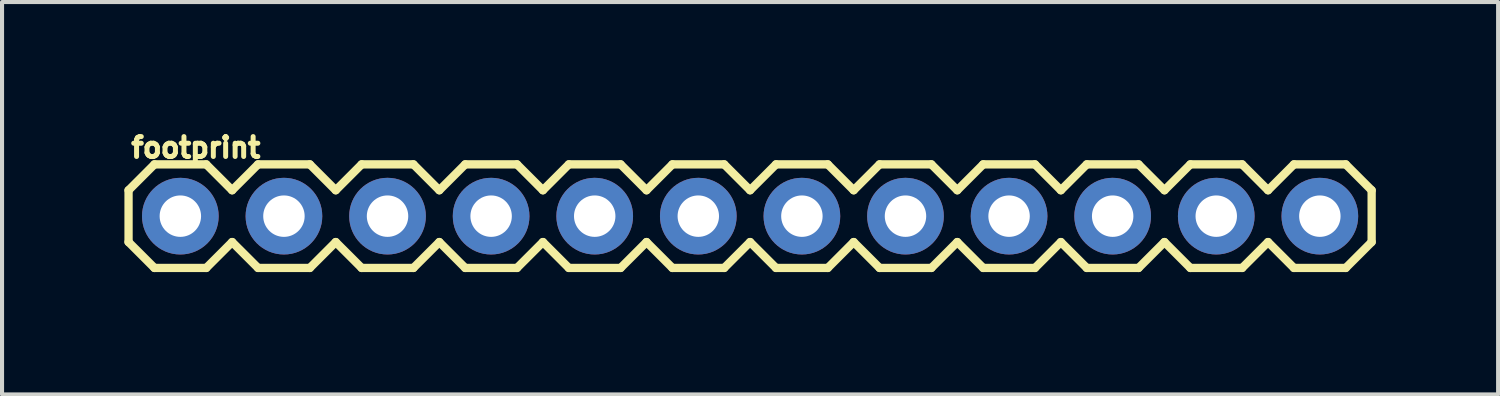
<source format=kicad_pcb>
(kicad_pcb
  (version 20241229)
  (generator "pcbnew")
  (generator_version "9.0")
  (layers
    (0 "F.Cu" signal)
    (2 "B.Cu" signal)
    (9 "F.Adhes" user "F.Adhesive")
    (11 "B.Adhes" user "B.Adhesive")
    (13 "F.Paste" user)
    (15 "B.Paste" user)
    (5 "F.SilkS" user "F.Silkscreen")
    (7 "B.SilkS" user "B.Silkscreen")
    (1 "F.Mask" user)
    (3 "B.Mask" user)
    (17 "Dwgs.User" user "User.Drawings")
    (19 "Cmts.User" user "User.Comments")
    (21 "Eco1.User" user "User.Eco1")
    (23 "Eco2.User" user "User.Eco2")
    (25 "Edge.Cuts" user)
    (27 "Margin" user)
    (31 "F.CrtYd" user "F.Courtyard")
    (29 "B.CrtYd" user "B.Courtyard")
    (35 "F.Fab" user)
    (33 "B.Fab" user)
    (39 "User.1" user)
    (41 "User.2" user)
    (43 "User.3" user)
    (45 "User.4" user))
  (footprint "footprint"
    (layer "F.Cu")
    (at 1.372 2.25)
    (property "Reference" "footprint" (at -1.27 -1.397 0) (layer "F.SilkS") (effects (font (size 0.488 0.488) (thickness 0.122)) (justify left bottom)))
    (fp_line (start -1.27 -0.635) (end -1.27 0.635) (stroke (width 0.203) (type solid)) (layer "F.SilkS"))
    (fp_line (start -1.27 0.635) (end -0.635 1.27) (stroke (width 0.203) (type solid)) (layer "F.SilkS"))
    (fp_line (start -0.635 -1.27) (end -1.27 -0.635) (stroke (width 0.203) (type solid)) (layer "F.SilkS"))
    (fp_line (start -0.635 -1.27) (end 0.635 -1.27) (stroke (width 0.203) (type solid)) (layer "F.SilkS"))
    (fp_line (start 0.635 -1.27) (end 1.27 -0.635) (stroke (width 0.203) (type solid)) (layer "F.SilkS"))
    (fp_line (start 0.635 1.27) (end -0.635 1.27) (stroke (width 0.203) (type solid)) (layer "F.SilkS"))
    (fp_line (start 1.27 -0.635) (end 1.905 -1.27) (stroke (width 0.203) (type solid)) (layer "F.SilkS"))
    (fp_line (start 1.27 0.635) (end 0.635 1.27) (stroke (width 0.203) (type solid)) (layer "F.SilkS"))
    (fp_line (start 1.905 -1.27) (end 3.175 -1.27) (stroke (width 0.203) (type solid)) (layer "F.SilkS"))
    (fp_line (start 1.905 1.27) (end 1.27 0.635) (stroke (width 0.203) (type solid)) (layer "F.SilkS"))
    (fp_line (start 3.175 -1.27) (end 3.81 -0.635) (stroke (width 0.203) (type solid)) (layer "F.SilkS"))
    (fp_line (start 3.175 1.27) (end 1.905 1.27) (stroke (width 0.203) (type solid)) (layer "F.SilkS"))
    (fp_line (start 3.81 -0.635) (end 4.445 -1.27) (stroke (width 0.203) (type solid)) (layer "F.SilkS"))
    (fp_line (start 3.81 0.635) (end 3.175 1.27) (stroke (width 0.203) (type solid)) (layer "F.SilkS"))
    (fp_line (start 4.445 -1.27) (end 5.715 -1.27) (stroke (width 0.203) (type solid)) (layer "F.SilkS"))
    (fp_line (start 4.445 1.27) (end 3.81 0.635) (stroke (width 0.203) (type solid)) (layer "F.SilkS"))
    (fp_line (start 5.715 -1.27) (end 6.35 -0.635) (stroke (width 0.203) (type solid)) (layer "F.SilkS"))
    (fp_line (start 5.715 1.27) (end 4.445 1.27) (stroke (width 0.203) (type solid)) (layer "F.SilkS"))
    (fp_line (start 6.35 0.635) (end 5.715 1.27) (stroke (width 0.203) (type solid)) (layer "F.SilkS"))
    (fp_line (start 6.35 0.635) (end 6.985 1.27) (stroke (width 0.203) (type solid)) (layer "F.SilkS"))
    (fp_line (start 6.985 -1.27) (end 6.35 -0.635) (stroke (width 0.203) (type solid)) (layer "F.SilkS"))
    (fp_line (start 6.985 -1.27) (end 8.255 -1.27) (stroke (width 0.203) (type solid)) (layer "F.SilkS"))
    (fp_line (start 8.255 -1.27) (end 8.89 -0.635) (stroke (width 0.203) (type solid)) (layer "F.SilkS"))
    (fp_line (start 8.255 1.27) (end 6.985 1.27) (stroke (width 0.203) (type solid)) (layer "F.SilkS"))
    (fp_line (start 8.89 -0.635) (end 9.525 -1.27) (stroke (width 0.203) (type solid)) (layer "F.SilkS"))
    (fp_line (start 8.89 0.635) (end 8.255 1.27) (stroke (width 0.203) (type solid)) (layer "F.SilkS"))
    (fp_line (start 9.525 -1.27) (end 10.795 -1.27) (stroke (width 0.203) (type solid)) (layer "F.SilkS"))
    (fp_line (start 9.525 1.27) (end 8.89 0.635) (stroke (width 0.203) (type solid)) (layer "F.SilkS"))
    (fp_line (start 10.795 -1.27) (end 11.43 -0.635) (stroke (width 0.203) (type solid)) (layer "F.SilkS"))
    (fp_line (start 10.795 1.27) (end 9.525 1.27) (stroke (width 0.203) (type solid)) (layer "F.SilkS"))
    (fp_line (start 11.43 -0.635) (end 12.065 -1.27) (stroke (width 0.203) (type solid)) (layer "F.SilkS"))
    (fp_line (start 11.43 0.635) (end 10.795 1.27) (stroke (width 0.203) (type solid)) (layer "F.SilkS"))
    (fp_line (start 12.065 -1.27) (end 13.335 -1.27) (stroke (width 0.203) (type solid)) (layer "F.SilkS"))
    (fp_line (start 12.065 1.27) (end 11.43 0.635) (stroke (width 0.203) (type solid)) (layer "F.SilkS"))
    (fp_line (start 13.335 -1.27) (end 13.97 -0.635) (stroke (width 0.203) (type solid)) (layer "F.SilkS"))
    (fp_line (start 13.335 1.27) (end 12.065 1.27) (stroke (width 0.203) (type solid)) (layer "F.SilkS"))
    (fp_line (start 13.97 0.635) (end 13.335 1.27) (stroke (width 0.203) (type solid)) (layer "F.SilkS"))
    (fp_line (start 13.97 0.635) (end 14.605 1.27) (stroke (width 0.203) (type solid)) (layer "F.SilkS"))
    (fp_line (start 14.605 -1.27) (end 13.97 -0.635) (stroke (width 0.203) (type solid)) (layer "F.SilkS"))
    (fp_line (start 14.605 -1.27) (end 15.875 -1.27) (stroke (width 0.203) (type solid)) (layer "F.SilkS"))
    (fp_line (start 15.875 -1.27) (end 16.51 -0.635) (stroke (width 0.203) (type solid)) (layer "F.SilkS"))
    (fp_line (start 15.875 1.27) (end 14.605 1.27) (stroke (width 0.203) (type solid)) (layer "F.SilkS"))
    (fp_line (start 16.51 0.635) (end 15.875 1.27) (stroke (width 0.203) (type solid)) (layer "F.SilkS"))
    (fp_line (start 16.51 0.635) (end 17.145 1.27) (stroke (width 0.203) (type solid)) (layer "F.SilkS"))
    (fp_line (start 17.145 -1.27) (end 16.51 -0.635) (stroke (width 0.203) (type solid)) (layer "F.SilkS"))
    (fp_line (start 17.145 -1.27) (end 18.415 -1.27) (stroke (width 0.203) (type solid)) (layer "F.SilkS"))
    (fp_line (start 18.415 -1.27) (end 19.05 -0.635) (stroke (width 0.203) (type solid)) (layer "F.SilkS"))
    (fp_line (start 18.415 1.27) (end 17.145 1.27) (stroke (width 0.203) (type solid)) (layer "F.SilkS"))
    (fp_line (start 19.05 0.635) (end 18.415 1.27) (stroke (width 0.203) (type solid)) (layer "F.SilkS"))
    (fp_line (start 19.05 0.635) (end 19.685 1.27) (stroke (width 0.203) (type solid)) (layer "F.SilkS"))
    (fp_line (start 19.685 -1.27) (end 19.05 -0.635) (stroke (width 0.203) (type solid)) (layer "F.SilkS"))
    (fp_line (start 19.685 -1.27) (end 20.955 -1.27) (stroke (width 0.203) (type solid)) (layer "F.SilkS"))
    (fp_line (start 20.955 -1.27) (end 21.59 -0.635) (stroke (width 0.203) (type solid)) (layer "F.SilkS"))
    (fp_line (start 20.955 1.27) (end 19.685 1.27) (stroke (width 0.203) (type solid)) (layer "F.SilkS"))
    (fp_line (start 21.59 0.635) (end 20.955 1.27) (stroke (width 0.203) (type solid)) (layer "F.SilkS"))
    (fp_line (start 21.59 0.635) (end 22.225 1.27) (stroke (width 0.203) (type solid)) (layer "F.SilkS"))
    (fp_line (start 22.225 -1.27) (end 21.59 -0.635) (stroke (width 0.203) (type solid)) (layer "F.SilkS"))
    (fp_line (start 22.225 -1.27) (end 23.495 -1.27) (stroke (width 0.203) (type solid)) (layer "F.SilkS"))
    (fp_line (start 23.495 -1.27) (end 24.13 -0.635) (stroke (width 0.203) (type solid)) (layer "F.SilkS"))
    (fp_line (start 23.495 1.27) (end 22.225 1.27) (stroke (width 0.203) (type solid)) (layer "F.SilkS"))
    (fp_line (start 24.13 0.635) (end 23.495 1.27) (stroke (width 0.203) (type solid)) (layer "F.SilkS"))
    (fp_line (start 24.13 0.635) (end 24.765 1.27) (stroke (width 0.203) (type solid)) (layer "F.SilkS"))
    (fp_line (start 24.765 -1.27) (end 24.13 -0.635) (stroke (width 0.203) (type solid)) (layer "F.SilkS"))
    (fp_line (start 24.765 -1.27) (end 26.035 -1.27) (stroke (width 0.203) (type solid)) (layer "F.SilkS"))
    (fp_line (start 26.035 -1.27) (end 26.67 -0.635) (stroke (width 0.203) (type solid)) (layer "F.SilkS"))
    (fp_line (start 26.035 1.27) (end 24.765 1.27) (stroke (width 0.203) (type solid)) (layer "F.SilkS"))
    (fp_line (start 26.67 0.635) (end 26.035 1.27) (stroke (width 0.203) (type solid)) (layer "F.SilkS"))
    (fp_line (start 26.67 0.635) (end 27.305 1.27) (stroke (width 0.203) (type solid)) (layer "F.SilkS"))
    (fp_line (start 27.305 -1.27) (end 26.67 -0.635) (stroke (width 0.203) (type solid)) (layer "F.SilkS"))
    (fp_line (start 27.305 -1.27) (end 28.575 -1.27) (stroke (width 0.203) (type solid)) (layer "F.SilkS"))
    (fp_line (start 28.575 -1.27) (end 29.21 -0.635) (stroke (width 0.203) (type solid)) (layer "F.SilkS"))
    (fp_line (start 28.575 1.27) (end 27.305 1.27) (stroke (width 0.203) (type solid)) (layer "F.SilkS"))
    (fp_line (start 29.21 -0.635) (end 29.21 0.635) (stroke (width 0.203) (type solid)) (layer "F.SilkS"))
    (fp_line (start 29.21 0.635) (end 28.575 1.27) (stroke (width 0.203) (type solid)) (layer "F.SilkS"))
    (fp_poly (pts (xy -0.254 0.254) (xy 0.254 0.254) (xy 0.254 -0.254) (xy -0.254 -0.254)) (stroke (width 0.1) (type solid)) (fill no) (layer "F.Fab"))
    (fp_poly (pts (xy 2.286 0.254) (xy 2.794 0.254) (xy 2.794 -0.254) (xy 2.286 -0.254)) (stroke (width 0.1) (type solid)) (fill no) (layer "F.Fab"))
    (fp_poly (pts (xy 4.826 0.254) (xy 5.334 0.254) (xy 5.334 -0.254) (xy 4.826 -0.254)) (stroke (width 0.1) (type solid)) (fill no) (layer "F.Fab"))
    (fp_poly (pts (xy 7.366 0.254) (xy 7.874 0.254) (xy 7.874 -0.254) (xy 7.366 -0.254)) (stroke (width 0.1) (type solid)) (fill no) (layer "F.Fab"))
    (fp_poly (pts (xy 9.906 0.254) (xy 10.414 0.254) (xy 10.414 -0.254) (xy 9.906 -0.254)) (stroke (width 0.1) (type solid)) (fill no) (layer "F.Fab"))
    (fp_poly (pts (xy 12.446 0.254) (xy 12.954 0.254) (xy 12.954 -0.254) (xy 12.446 -0.254)) (stroke (width 0.1) (type solid)) (fill no) (layer "F.Fab"))
    (fp_poly (pts (xy 14.986 0.254) (xy 15.494 0.254) (xy 15.494 -0.254) (xy 14.986 -0.254)) (stroke (width 0.1) (type solid)) (fill no) (layer "F.Fab"))
    (fp_poly (pts (xy 17.526 0.254) (xy 18.034 0.254) (xy 18.034 -0.254) (xy 17.526 -0.254)) (stroke (width 0.1) (type solid)) (fill no) (layer "F.Fab"))
    (fp_poly (pts (xy 20.066 0.254) (xy 20.574 0.254) (xy 20.574 -0.254) (xy 20.066 -0.254)) (stroke (width 0.1) (type solid)) (fill no) (layer "F.Fab"))
    (fp_poly (pts (xy 22.606 0.254) (xy 23.114 0.254) (xy 23.114 -0.254) (xy 22.606 -0.254)) (stroke (width 0.1) (type solid)) (fill no) (layer "F.Fab"))
    (fp_poly (pts (xy 25.146 0.254) (xy 25.654 0.254) (xy 25.654 -0.254) (xy 25.146 -0.254)) (stroke (width 0.1) (type solid)) (fill no) (layer "F.Fab"))
    (fp_poly (pts (xy 27.686 0.254) (xy 28.194 0.254) (xy 28.194 -0.254) (xy 27.686 -0.254)) (stroke (width 0.1) (type solid)) (fill no) (layer "F.Fab"))
    (pad "1" thru_hole circle (at 0 0 90) (size 1.88 1.88) (drill 1.016) (layers "*.Cu" "*.Mask"))
    (pad "2" thru_hole circle (at 2.54 0 90) (size 1.88 1.88) (drill 1.016) (layers "*.Cu" "*.Mask"))
    (pad "3" thru_hole circle (at 5.08 0 90) (size 1.88 1.88) (drill 1.016) (layers "*.Cu" "*.Mask"))
    (pad "4" thru_hole circle (at 7.62 0 90) (size 1.88 1.88) (drill 1.016) (layers "*.Cu" "*.Mask"))
    (pad "5" thru_hole circle (at 10.16 0 90) (size 1.88 1.88) (drill 1.016) (layers "*.Cu" "*.Mask"))
    (pad "6" thru_hole circle (at 12.7 0 90) (size 1.88 1.88) (drill 1.016) (layers "*.Cu" "*.Mask"))
    (pad "7" thru_hole circle (at 15.24 0 90) (size 1.88 1.88) (drill 1.016) (layers "*.Cu" "*.Mask"))
    (pad "8" thru_hole circle (at 17.78 0 90) (size 1.88 1.88) (drill 1.016) (layers "*.Cu" "*.Mask"))
    (pad "9" thru_hole circle (at 20.32 0 90) (size 1.88 1.88) (drill 1.016) (layers "*.Cu" "*.Mask"))
    (pad "10" thru_hole circle (at 22.86 0 90) (size 1.88 1.88) (drill 1.016) (layers "*.Cu" "*.Mask"))
    (pad "11" thru_hole circle (at 25.4 0 90) (size 1.88 1.88) (drill 1.016) (layers "*.Cu" "*.Mask"))
    (pad "12" thru_hole circle (at 27.94 0 90) (size 1.88 1.88) (drill 1.016) (layers "*.Cu" "*.Mask")))
  (gr_rect
    (start -3 -3)
    (end 33.683 6.622)
    (stroke (width 0.1) (type default))
    (fill no)
    (layer "Edge.Cuts")))
</source>
